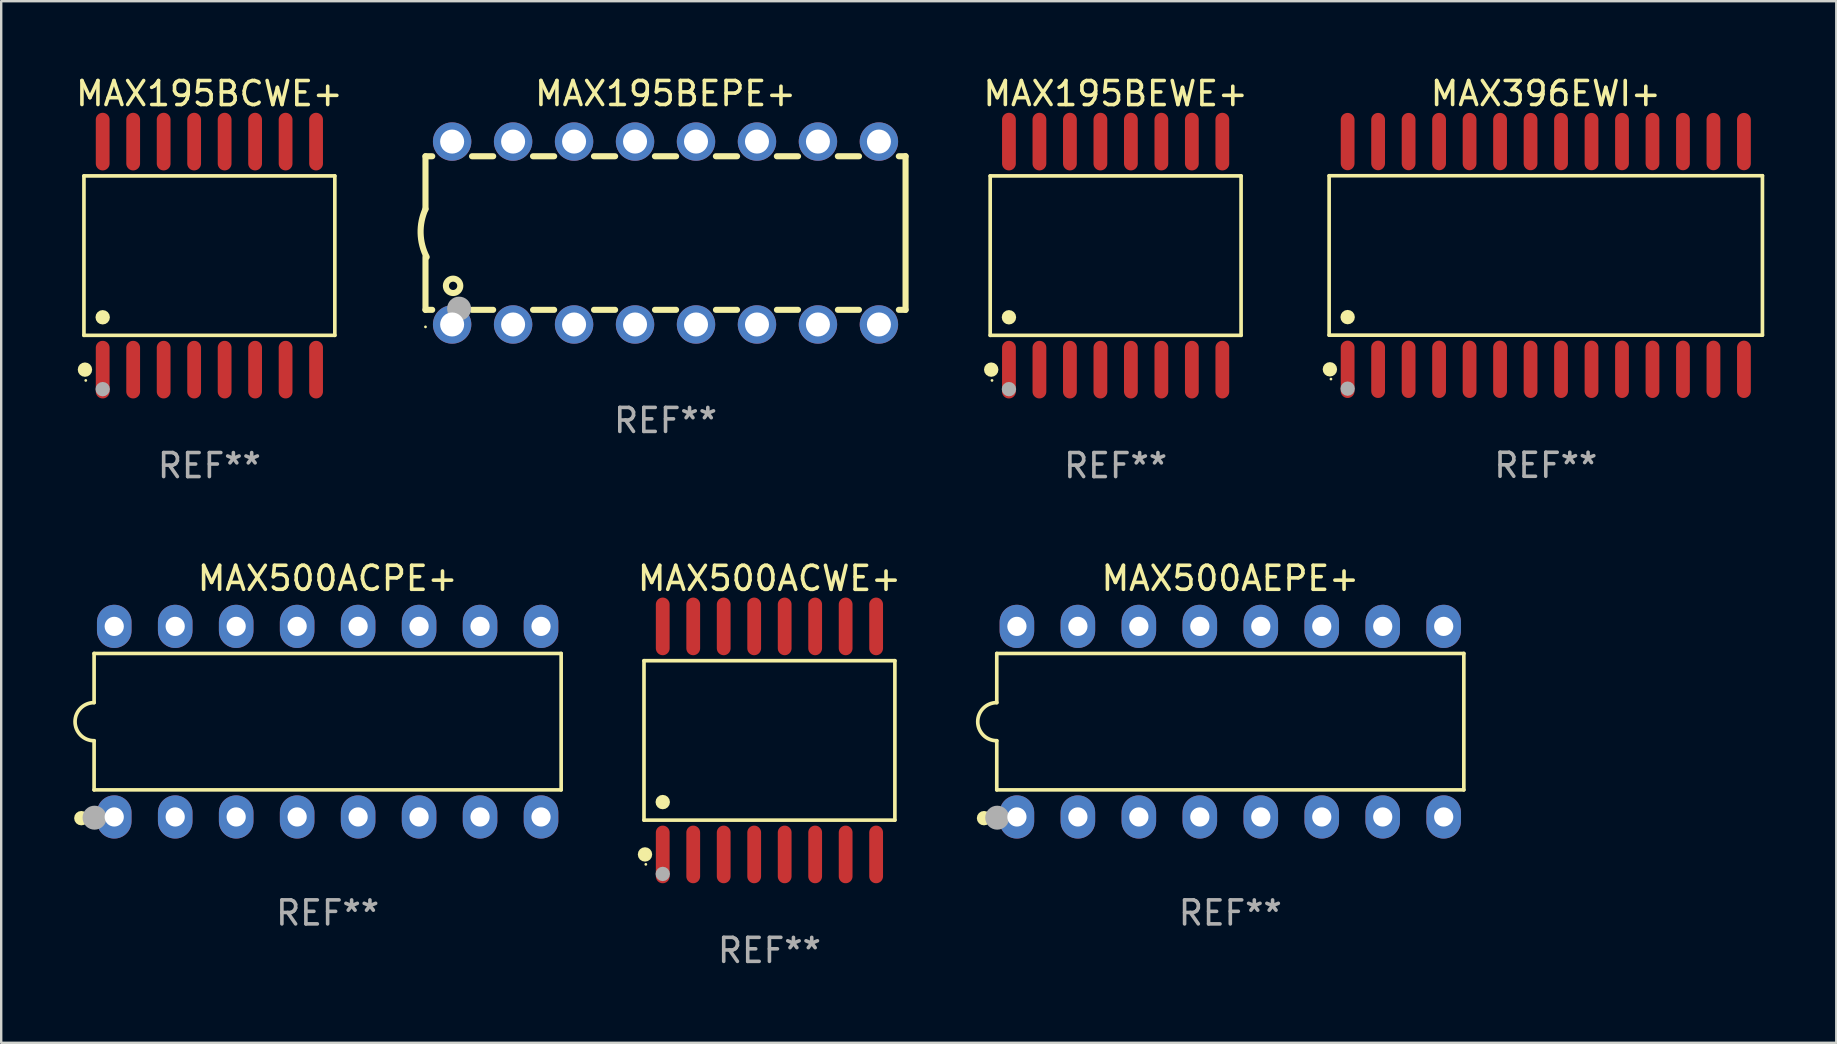
<source format=kicad_pcb>
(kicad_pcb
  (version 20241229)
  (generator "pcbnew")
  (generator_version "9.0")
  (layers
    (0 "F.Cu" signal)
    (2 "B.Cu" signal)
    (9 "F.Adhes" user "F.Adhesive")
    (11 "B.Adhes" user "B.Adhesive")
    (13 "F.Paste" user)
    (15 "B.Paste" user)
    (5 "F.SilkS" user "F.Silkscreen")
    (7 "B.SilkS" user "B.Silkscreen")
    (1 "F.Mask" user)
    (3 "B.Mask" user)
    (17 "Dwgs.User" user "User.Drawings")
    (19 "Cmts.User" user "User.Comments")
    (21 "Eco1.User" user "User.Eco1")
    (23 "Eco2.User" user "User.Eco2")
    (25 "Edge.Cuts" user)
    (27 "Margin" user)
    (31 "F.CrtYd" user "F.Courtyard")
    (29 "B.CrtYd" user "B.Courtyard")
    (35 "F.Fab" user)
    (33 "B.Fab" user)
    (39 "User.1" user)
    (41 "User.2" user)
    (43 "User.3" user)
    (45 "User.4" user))
  (footprint "MAX195BEWE+"
    (layer "F.Cu")
    (at 43.428 7.599)
    (property "Reference" "MAX195BEWE+" (at 0 -6.75 0) (layer "F.SilkS") (effects (font (size 1 1) (thickness 0.15))))
    (attr through_hole)
    (fp_line (start -5.226 -3.321) (end 5.226 -3.321) (stroke (width 0.152) (type solid)) (layer "F.SilkS"))
    (fp_line (start -5.226 3.321) (end -5.226 -3.321) (stroke (width 0.152) (type solid)) (layer "F.SilkS"))
    (fp_line (start 5.226 -3.321) (end 5.226 3.321) (stroke (width 0.152) (type solid)) (layer "F.SilkS"))
    (fp_line (start 5.226 3.321) (end -5.226 3.321) (stroke (width 0.152) (type solid)) (layer "F.SilkS"))
    (fp_circle (center -5.184 4.75) (end -5.034 4.75) (stroke (width 0.3) (type solid)) (fill no) (layer "F.SilkS"))
    (fp_circle (center -5.15 5.2) (end -5.12 5.2) (stroke (width 0.06) (type solid)) (fill no) (layer "F.SilkS"))
    (fp_circle (center -4.445 2.569) (end -4.295 2.569) (stroke (width 0.3) (type solid)) (fill no) (layer "F.SilkS"))
    (fp_circle (center -4.445 5.563) (end -4.295 5.563) (stroke (width 0.3) (type solid)) (fill no) (layer "F.Fab"))
    (fp_text user "REF**" (at 0 8.75 0) (layer "F.Fab") (effects (font (size 1 1) (thickness 0.15))))
    (pad "1" smd oval (at -4.445 4.75) (size 0.574 2.401) (layers "F.Cu" "F.Mask" "F.Paste"))
    (pad "2" smd oval (at -3.175 4.75) (size 0.574 2.401) (layers "F.Cu" "F.Mask" "F.Paste"))
    (pad "3" smd oval (at -1.905 4.75) (size 0.574 2.401) (layers "F.Cu" "F.Mask" "F.Paste"))
    (pad "4" smd oval (at -0.635 4.75) (size 0.574 2.401) (layers "F.Cu" "F.Mask" "F.Paste"))
    (pad "5" smd oval (at 0.635 4.75) (size 0.574 2.401) (layers "F.Cu" "F.Mask" "F.Paste"))
    (pad "6" smd oval (at 1.905 4.75) (size 0.574 2.401) (layers "F.Cu" "F.Mask" "F.Paste"))
    (pad "7" smd oval (at 3.175 4.75) (size 0.574 2.401) (layers "F.Cu" "F.Mask" "F.Paste"))
    (pad "8" smd oval (at 4.445 4.75) (size 0.574 2.401) (layers "F.Cu" "F.Mask" "F.Paste"))
    (pad "9" smd oval (at 4.445 -4.75) (size 0.574 2.401) (layers "F.Cu" "F.Mask" "F.Paste"))
    (pad "10" smd oval (at 3.175 -4.75) (size 0.574 2.401) (layers "F.Cu" "F.Mask" "F.Paste"))
    (pad "11" smd oval (at 1.905 -4.75) (size 0.574 2.401) (layers "F.Cu" "F.Mask" "F.Paste"))
    (pad "12" smd oval (at 0.635 -4.75) (size 0.574 2.401) (layers "F.Cu" "F.Mask" "F.Paste"))
    (pad "13" smd oval (at -0.635 -4.75) (size 0.574 2.401) (layers "F.Cu" "F.Mask" "F.Paste"))
    (pad "14" smd oval (at -1.905 -4.75) (size 0.574 2.401) (layers "F.Cu" "F.Mask" "F.Paste"))
    (pad "15" smd oval (at -3.175 -4.75) (size 0.574 2.401) (layers "F.Cu" "F.Mask" "F.Paste"))
    (pad "16" smd oval (at -4.445 -4.75) (size 0.574 2.401) (layers "F.Cu" "F.Mask" "F.Paste")))
  (footprint "MAX500ACPE+"
    (layer "F.Cu")
    (at 10.599 27.015)
    (property "Reference" "MAX500ACPE+" (at 0 -5.97 0) (layer "F.SilkS") (effects (font (size 1 1) (thickness 0.15))))
    (attr through_hole)
    (fp_line (start -9.729 -2.841) (end -9.729 -0.794) (stroke (width 0.152) (type solid)) (layer "F.SilkS"))
    (fp_line (start -9.729 0.794) (end -9.729 2.841) (stroke (width 0.152) (type solid)) (layer "F.SilkS"))
    (fp_line (start -9.729 2.841) (end 9.729 2.841) (stroke (width 0.152) (type solid)) (layer "F.SilkS"))
    (fp_line (start 9.729 -2.841) (end -9.729 -2.841) (stroke (width 0.152) (type solid)) (layer "F.SilkS"))
    (fp_line (start 9.729 2.841) (end 9.729 -2.841) (stroke (width 0.152) (type solid)) (layer "F.SilkS"))
    (fp_arc (start -9.7287 0.793749) (mid -10.522449 0) (end -9.7287 -0.793749) (stroke (width 0.1524) (type solid)) (layer "F.SilkS"))
    (fp_circle (center -10.26 4.02) (end -10.11 4.02) (stroke (width 0.3) (type solid)) (fill no) (layer "F.SilkS"))
    (fp_circle (center -9.653 4.23) (end -9.623 4.23) (stroke (width 0.06) (type solid)) (fill no) (layer "F.SilkS"))
    (fp_circle (center -9.71 4) (end -9.46 4) (stroke (width 0.5) (type solid)) (fill no) (layer "F.Fab"))
    (fp_text user "REF**" (at 0 7.97 0) (layer "F.Fab") (effects (font (size 1 1) (thickness 0.15))))
    (pad "1" thru_hole oval (at -8.89 3.97) (size 1.44 1.8) (drill 0.8) (layers "*.Cu" "*.Mask"))
    (pad "2" thru_hole oval (at -6.35 3.97) (size 1.44 1.8) (drill 0.8) (layers "*.Cu" "*.Mask"))
    (pad "3" thru_hole oval (at -3.81 3.97) (size 1.44 1.8) (drill 0.8) (layers "*.Cu" "*.Mask"))
    (pad "4" thru_hole oval (at -1.27 3.97) (size 1.44 1.8) (drill 0.8) (layers "*.Cu" "*.Mask"))
    (pad "5" thru_hole oval (at 1.27 3.97) (size 1.44 1.8) (drill 0.8) (layers "*.Cu" "*.Mask"))
    (pad "6" thru_hole oval (at 3.81 3.97) (size 1.44 1.8) (drill 0.8) (layers "*.Cu" "*.Mask"))
    (pad "7" thru_hole oval (at 6.35 3.97) (size 1.44 1.8) (drill 0.8) (layers "*.Cu" "*.Mask"))
    (pad "8" thru_hole oval (at 8.89 3.97) (size 1.44 1.8) (drill 0.8) (layers "*.Cu" "*.Mask"))
    (pad "9" thru_hole oval (at 8.89 -3.97) (size 1.44 1.8) (drill 0.8) (layers "*.Cu" "*.Mask"))
    (pad "10" thru_hole oval (at 6.35 -3.97) (size 1.44 1.8) (drill 0.8) (layers "*.Cu" "*.Mask"))
    (pad "11" thru_hole oval (at 3.81 -3.97) (size 1.44 1.8) (drill 0.8) (layers "*.Cu" "*.Mask"))
    (pad "12" thru_hole oval (at 1.27 -3.97) (size 1.44 1.8) (drill 0.8) (layers "*.Cu" "*.Mask"))
    (pad "13" thru_hole oval (at -1.27 -3.97) (size 1.44 1.8) (drill 0.8) (layers "*.Cu" "*.Mask"))
    (pad "14" thru_hole oval (at -3.81 -3.97) (size 1.44 1.8) (drill 0.8) (layers "*.Cu" "*.Mask"))
    (pad "15" thru_hole oval (at -6.35 -3.97) (size 1.44 1.8) (drill 0.8) (layers "*.Cu" "*.Mask"))
    (pad "16" thru_hole oval (at -8.89 -3.97) (size 1.44 1.8) (drill 0.8) (layers "*.Cu" "*.Mask")))
  (footprint "MAX195BCWE+"
    (layer "F.Cu")
    (at 5.673 7.599)
    (property "Reference" "MAX195BCWE+" (at 0 -6.75 0) (layer "F.SilkS") (effects (font (size 1 1) (thickness 0.15))))
    (attr through_hole)
    (fp_line (start -5.226 -3.321) (end 5.226 -3.321) (stroke (width 0.152) (type solid)) (layer "F.SilkS"))
    (fp_line (start -5.226 3.321) (end -5.226 -3.321) (stroke (width 0.152) (type solid)) (layer "F.SilkS"))
    (fp_line (start 5.226 -3.321) (end 5.226 3.321) (stroke (width 0.152) (type solid)) (layer "F.SilkS"))
    (fp_line (start 5.226 3.321) (end -5.226 3.321) (stroke (width 0.152) (type solid)) (layer "F.SilkS"))
    (fp_circle (center -5.184 4.75) (end -5.034 4.75) (stroke (width 0.3) (type solid)) (fill no) (layer "F.SilkS"))
    (fp_circle (center -5.15 5.2) (end -5.12 5.2) (stroke (width 0.06) (type solid)) (fill no) (layer "F.SilkS"))
    (fp_circle (center -4.445 2.569) (end -4.295 2.569) (stroke (width 0.3) (type solid)) (fill no) (layer "F.SilkS"))
    (fp_circle (center -4.445 5.563) (end -4.295 5.563) (stroke (width 0.3) (type solid)) (fill no) (layer "F.Fab"))
    (fp_text user "REF**" (at 0 8.75 0) (layer "F.Fab") (effects (font (size 1 1) (thickness 0.15))))
    (pad "1" smd oval (at -4.445 4.75) (size 0.574 2.401) (layers "F.Cu" "F.Mask" "F.Paste"))
    (pad "2" smd oval (at -3.175 4.75) (size 0.574 2.401) (layers "F.Cu" "F.Mask" "F.Paste"))
    (pad "3" smd oval (at -1.905 4.75) (size 0.574 2.401) (layers "F.Cu" "F.Mask" "F.Paste"))
    (pad "4" smd oval (at -0.635 4.75) (size 0.574 2.401) (layers "F.Cu" "F.Mask" "F.Paste"))
    (pad "5" smd oval (at 0.635 4.75) (size 0.574 2.401) (layers "F.Cu" "F.Mask" "F.Paste"))
    (pad "6" smd oval (at 1.905 4.75) (size 0.574 2.401) (layers "F.Cu" "F.Mask" "F.Paste"))
    (pad "7" smd oval (at 3.175 4.75) (size 0.574 2.401) (layers "F.Cu" "F.Mask" "F.Paste"))
    (pad "8" smd oval (at 4.445 4.75) (size 0.574 2.401) (layers "F.Cu" "F.Mask" "F.Paste"))
    (pad "9" smd oval (at 4.445 -4.75) (size 0.574 2.401) (layers "F.Cu" "F.Mask" "F.Paste"))
    (pad "10" smd oval (at 3.175 -4.75) (size 0.574 2.401) (layers "F.Cu" "F.Mask" "F.Paste"))
    (pad "11" smd oval (at 1.905 -4.75) (size 0.574 2.401) (layers "F.Cu" "F.Mask" "F.Paste"))
    (pad "12" smd oval (at 0.635 -4.75) (size 0.574 2.401) (layers "F.Cu" "F.Mask" "F.Paste"))
    (pad "13" smd oval (at -0.635 -4.75) (size 0.574 2.401) (layers "F.Cu" "F.Mask" "F.Paste"))
    (pad "14" smd oval (at -1.905 -4.75) (size 0.574 2.401) (layers "F.Cu" "F.Mask" "F.Paste"))
    (pad "15" smd oval (at -3.175 -4.75) (size 0.574 2.401) (layers "F.Cu" "F.Mask" "F.Paste"))
    (pad "16" smd oval (at -4.445 -4.75) (size 0.574 2.401) (layers "F.Cu" "F.Mask" "F.Paste")))
  (footprint "MAX396EWI+"
    (layer "F.Cu")
    (at 61.348 7.592)
    (property "Reference" "MAX396EWI+" (at 0 -6.744 0) (layer "F.SilkS") (effects (font (size 1 1) (thickness 0.15))))
    (attr through_hole)
    (fp_line (start -9.026 -3.321) (end 9.026 -3.321) (stroke (width 0.152) (type solid)) (layer "F.SilkS"))
    (fp_line (start -9.026 3.321) (end -9.026 -3.321) (stroke (width 0.152) (type solid)) (layer "F.SilkS"))
    (fp_line (start 9.026 -3.321) (end 9.026 3.321) (stroke (width 0.152) (type solid)) (layer "F.SilkS"))
    (fp_line (start 9.026 3.321) (end -9.026 3.321) (stroke (width 0.152) (type solid)) (layer "F.SilkS"))
    (fp_circle (center -8.994 4.744) (end -8.844 4.744) (stroke (width 0.3) (type solid)) (fill no) (layer "F.SilkS"))
    (fp_circle (center -8.95 5.15) (end -8.92 5.15) (stroke (width 0.06) (type solid)) (fill no) (layer "F.SilkS"))
    (fp_circle (center -8.255 2.569) (end -8.105 2.569) (stroke (width 0.3) (type solid)) (fill no) (layer "F.SilkS"))
    (fp_circle (center -8.255 5.55) (end -8.105 5.55) (stroke (width 0.3) (type solid)) (fill no) (layer "F.Fab"))
    (fp_text user "REF**" (at 0 8.744 0) (layer "F.Fab") (effects (font (size 1 1) (thickness 0.15))))
    (pad "1" smd oval (at -8.255 4.744) (size 0.574 2.388) (layers "F.Cu" "F.Mask" "F.Paste"))
    (pad "2" smd oval (at -6.985 4.744) (size 0.574 2.388) (layers "F.Cu" "F.Mask" "F.Paste"))
    (pad "3" smd oval (at -5.715 4.744) (size 0.574 2.388) (layers "F.Cu" "F.Mask" "F.Paste"))
    (pad "4" smd oval (at -4.445 4.744) (size 0.574 2.388) (layers "F.Cu" "F.Mask" "F.Paste"))
    (pad "5" smd oval (at -3.175 4.744) (size 0.574 2.388) (layers "F.Cu" "F.Mask" "F.Paste"))
    (pad "6" smd oval (at -1.905 4.744) (size 0.574 2.388) (layers "F.Cu" "F.Mask" "F.Paste"))
    (pad "7" smd oval (at -0.635 4.744) (size 0.574 2.388) (layers "F.Cu" "F.Mask" "F.Paste"))
    (pad "8" smd oval (at 0.635 4.744) (size 0.574 2.388) (layers "F.Cu" "F.Mask" "F.Paste"))
    (pad "9" smd oval (at 1.905 4.744) (size 0.574 2.388) (layers "F.Cu" "F.Mask" "F.Paste"))
    (pad "10" smd oval (at 3.175 4.744) (size 0.574 2.388) (layers "F.Cu" "F.Mask" "F.Paste"))
    (pad "11" smd oval (at 4.445 4.744) (size 0.574 2.388) (layers "F.Cu" "F.Mask" "F.Paste"))
    (pad "12" smd oval (at 5.715 4.744) (size 0.574 2.388) (layers "F.Cu" "F.Mask" "F.Paste"))
    (pad "13" smd oval (at 6.985 4.744) (size 0.574 2.388) (layers "F.Cu" "F.Mask" "F.Paste"))
    (pad "14" smd oval (at 8.255 4.744) (size 0.574 2.388) (layers "F.Cu" "F.Mask" "F.Paste"))
    (pad "15" smd oval (at 8.255 -4.744) (size 0.574 2.388) (layers "F.Cu" "F.Mask" "F.Paste"))
    (pad "16" smd oval (at 6.985 -4.744) (size 0.574 2.388) (layers "F.Cu" "F.Mask" "F.Paste"))
    (pad "17" smd oval (at 5.715 -4.744) (size 0.574 2.388) (layers "F.Cu" "F.Mask" "F.Paste"))
    (pad "18" smd oval (at 4.445 -4.744) (size 0.574 2.388) (layers "F.Cu" "F.Mask" "F.Paste"))
    (pad "19" smd oval (at 3.175 -4.744) (size 0.574 2.388) (layers "F.Cu" "F.Mask" "F.Paste"))
    (pad "20" smd oval (at 1.905 -4.744) (size 0.574 2.388) (layers "F.Cu" "F.Mask" "F.Paste"))
    (pad "21" smd oval (at 0.635 -4.744) (size 0.574 2.388) (layers "F.Cu" "F.Mask" "F.Paste"))
    (pad "22" smd oval (at -0.635 -4.744) (size 0.574 2.388) (layers "F.Cu" "F.Mask" "F.Paste"))
    (pad "23" smd oval (at -1.905 -4.744) (size 0.574 2.388) (layers "F.Cu" "F.Mask" "F.Paste"))
    (pad "24" smd oval (at -3.175 -4.744) (size 0.574 2.388) (layers "F.Cu" "F.Mask" "F.Paste"))
    (pad "25" smd oval (at -4.445 -4.744) (size 0.574 2.388) (layers "F.Cu" "F.Mask" "F.Paste"))
    (pad "26" smd oval (at -5.715 -4.744) (size 0.574 2.388) (layers "F.Cu" "F.Mask" "F.Paste"))
    (pad "27" smd oval (at -6.985 -4.744) (size 0.574 2.388) (layers "F.Cu" "F.Mask" "F.Paste"))
    (pad "28" smd oval (at -8.255 -4.744) (size 0.574 2.388) (layers "F.Cu" "F.Mask" "F.Paste")))
  (footprint "MAX195BEPE+"
    (layer "F.Cu")
    (at 24.676 6.658)
    (property "Reference" "MAX195BEPE+" (at 0 -5.81 0) (layer "F.SilkS") (effects (font (size 1 1) (thickness 0.15))))
    (attr through_hole)
    (fp_line (start -10 -3.198) (end -9.719 -3.198) (stroke (width 0.254) (type solid)) (layer "F.SilkS"))
    (fp_line (start -10 -0.998) (end -10 -3.198) (stroke (width 0.254) (type solid)) (layer "F.SilkS"))
    (fp_line (start -10 3.2) (end -10 1) (stroke (width 0.254) (type solid)) (layer "F.SilkS"))
    (fp_line (start -10 3.2) (end -9.721 3.2) (stroke (width 0.254) (type solid)) (layer "F.SilkS"))
    (fp_line (start -8.061 -3.198) (end -7.179 -3.198) (stroke (width 0.254) (type solid)) (layer "F.SilkS"))
    (fp_line (start -8.059 3.2) (end -7.181 3.2) (stroke (width 0.254) (type solid)) (layer "F.SilkS"))
    (fp_line (start -5.521 -3.198) (end -4.639 -3.198) (stroke (width 0.254) (type solid)) (layer "F.SilkS"))
    (fp_line (start -5.519 3.2) (end -4.641 3.2) (stroke (width 0.254) (type solid)) (layer "F.SilkS"))
    (fp_line (start -2.981 -3.198) (end -2.099 -3.198) (stroke (width 0.254) (type solid)) (layer "F.SilkS"))
    (fp_line (start -2.979 3.2) (end -2.101 3.2) (stroke (width 0.254) (type solid)) (layer "F.SilkS"))
    (fp_line (start -0.441 -3.198) (end 0.441 -3.198) (stroke (width 0.254) (type solid)) (layer "F.SilkS"))
    (fp_line (start -0.439 3.2) (end 0.439 3.2) (stroke (width 0.254) (type solid)) (layer "F.SilkS"))
    (fp_line (start 2.099 -3.198) (end 2.981 -3.198) (stroke (width 0.254) (type solid)) (layer "F.SilkS"))
    (fp_line (start 2.101 3.2) (end 2.979 3.2) (stroke (width 0.254) (type solid)) (layer "F.SilkS"))
    (fp_line (start 4.639 -3.198) (end 5.521 -3.198) (stroke (width 0.254) (type solid)) (layer "F.SilkS"))
    (fp_line (start 4.641 3.2) (end 5.519 3.2) (stroke (width 0.254) (type solid)) (layer "F.SilkS"))
    (fp_line (start 7.179 -3.198) (end 8.061 -3.198) (stroke (width 0.254) (type solid)) (layer "F.SilkS"))
    (fp_line (start 7.181 3.2) (end 8.059 3.2) (stroke (width 0.254) (type solid)) (layer "F.SilkS"))
    (fp_line (start 9.719 -3.198) (end 10 -3.198) (stroke (width 0.254) (type solid)) (layer "F.SilkS"))
    (fp_line (start 9.721 3.2) (end 10 3.2) (stroke (width 0.254) (type solid)) (layer "F.SilkS"))
    (fp_line (start 10 3.2) (end 10 -3.2) (stroke (width 0.254) (type solid)) (layer "F.SilkS"))
    (fp_arc (start -9.949962 1) (mid -10.203153 0.005709) (end -10 -1) (stroke (width 0.254001) (type solid)) (layer "F.SilkS"))
    (fp_circle (center -10 3.91) (end -9.97 3.91) (stroke (width 0.06) (type solid)) (fill no) (layer "F.SilkS"))
    (fp_circle (center -8.85 2.2) (end -8.55 2.2) (stroke (width 0.254) (type solid)) (fill no) (layer "F.SilkS"))
    (fp_circle (center -8.6 3.15) (end -8.35 3.15) (stroke (width 0.5) (type solid)) (fill no) (layer "F.Fab"))
    (fp_text user "REF**" (at 0 7.81 0) (layer "F.Fab") (effects (font (size 1 1) (thickness 0.15))))
    (pad "1" thru_hole circle (at -8.89 3.81) (size 1.6 1.6) (drill 1) (layers "*.Cu" "*.Mask"))
    (pad "2" thru_hole circle (at -6.35 3.81) (size 1.6 1.6) (drill 1) (layers "*.Cu" "*.Mask"))
    (pad "3" thru_hole circle (at -3.81 3.81) (size 1.6 1.6) (drill 1) (layers "*.Cu" "*.Mask"))
    (pad "4" thru_hole circle (at -1.27 3.81) (size 1.6 1.6) (drill 1) (layers "*.Cu" "*.Mask"))
    (pad "5" thru_hole circle (at 1.27 3.81) (size 1.6 1.6) (drill 1) (layers "*.Cu" "*.Mask"))
    (pad "6" thru_hole circle (at 3.81 3.81) (size 1.6 1.6) (drill 1) (layers "*.Cu" "*.Mask"))
    (pad "7" thru_hole circle (at 6.35 3.81) (size 1.6 1.6) (drill 1) (layers "*.Cu" "*.Mask"))
    (pad "8" thru_hole circle (at 8.89 3.81) (size 1.6 1.6) (drill 1) (layers "*.Cu" "*.Mask"))
    (pad "9" thru_hole circle (at 8.89 -3.81) (size 1.6 1.6) (drill 1) (layers "*.Cu" "*.Mask"))
    (pad "10" thru_hole circle (at 6.35 -3.81) (size 1.6 1.6) (drill 1) (layers "*.Cu" "*.Mask"))
    (pad "11" thru_hole circle (at 3.81 -3.81) (size 1.6 1.6) (drill 1) (layers "*.Cu" "*.Mask"))
    (pad "12" thru_hole circle (at 1.27 -3.81) (size 1.6 1.6) (drill 1) (layers "*.Cu" "*.Mask"))
    (pad "13" thru_hole circle (at -1.27 -3.81) (size 1.6 1.6) (drill 1) (layers "*.Cu" "*.Mask"))
    (pad "14" thru_hole circle (at -3.81 -3.81) (size 1.6 1.6) (drill 1) (layers "*.Cu" "*.Mask"))
    (pad "15" thru_hole circle (at -6.35 -3.81) (size 1.6 1.6) (drill 1) (layers "*.Cu" "*.Mask"))
    (pad "16" thru_hole circle (at -8.89 -3.81) (size 1.6 1.6) (drill 1) (layers "*.Cu" "*.Mask")))
  (footprint "MAX500AEPE+"
    (layer "F.Cu")
    (at 48.205 27.015)
    (property "Reference" "MAX500AEPE+" (at 0 -5.97 0) (layer "F.SilkS") (effects (font (size 1 1) (thickness 0.15))))
    (attr through_hole)
    (fp_line (start -9.729 -2.841) (end -9.729 -0.794) (stroke (width 0.152) (type solid)) (layer "F.SilkS"))
    (fp_line (start -9.729 0.794) (end -9.729 2.841) (stroke (width 0.152) (type solid)) (layer "F.SilkS"))
    (fp_line (start -9.729 2.841) (end 9.729 2.841) (stroke (width 0.152) (type solid)) (layer "F.SilkS"))
    (fp_line (start 9.729 -2.841) (end -9.729 -2.841) (stroke (width 0.152) (type solid)) (layer "F.SilkS"))
    (fp_line (start 9.729 2.841) (end 9.729 -2.841) (stroke (width 0.152) (type solid)) (layer "F.SilkS"))
    (fp_arc (start -9.7287 0.793749) (mid -10.522449 0) (end -9.7287 -0.793749) (stroke (width 0.1524) (type solid)) (layer "F.SilkS"))
    (fp_circle (center -10.26 4.02) (end -10.11 4.02) (stroke (width 0.3) (type solid)) (fill no) (layer "F.SilkS"))
    (fp_circle (center -9.653 4.23) (end -9.623 4.23) (stroke (width 0.06) (type solid)) (fill no) (layer "F.SilkS"))
    (fp_circle (center -9.71 4) (end -9.46 4) (stroke (width 0.5) (type solid)) (fill no) (layer "F.Fab"))
    (fp_text user "REF**" (at 0 7.97 0) (layer "F.Fab") (effects (font (size 1 1) (thickness 0.15))))
    (pad "1" thru_hole oval (at -8.89 3.97) (size 1.44 1.8) (drill 0.8) (layers "*.Cu" "*.Mask"))
    (pad "2" thru_hole oval (at -6.35 3.97) (size 1.44 1.8) (drill 0.8) (layers "*.Cu" "*.Mask"))
    (pad "3" thru_hole oval (at -3.81 3.97) (size 1.44 1.8) (drill 0.8) (layers "*.Cu" "*.Mask"))
    (pad "4" thru_hole oval (at -1.27 3.97) (size 1.44 1.8) (drill 0.8) (layers "*.Cu" "*.Mask"))
    (pad "5" thru_hole oval (at 1.27 3.97) (size 1.44 1.8) (drill 0.8) (layers "*.Cu" "*.Mask"))
    (pad "6" thru_hole oval (at 3.81 3.97) (size 1.44 1.8) (drill 0.8) (layers "*.Cu" "*.Mask"))
    (pad "7" thru_hole oval (at 6.35 3.97) (size 1.44 1.8) (drill 0.8) (layers "*.Cu" "*.Mask"))
    (pad "8" thru_hole oval (at 8.89 3.97) (size 1.44 1.8) (drill 0.8) (layers "*.Cu" "*.Mask"))
    (pad "9" thru_hole oval (at 8.89 -3.97) (size 1.44 1.8) (drill 0.8) (layers "*.Cu" "*.Mask"))
    (pad "10" thru_hole oval (at 6.35 -3.97) (size 1.44 1.8) (drill 0.8) (layers "*.Cu" "*.Mask"))
    (pad "11" thru_hole oval (at 3.81 -3.97) (size 1.44 1.8) (drill 0.8) (layers "*.Cu" "*.Mask"))
    (pad "12" thru_hole oval (at 1.27 -3.97) (size 1.44 1.8) (drill 0.8) (layers "*.Cu" "*.Mask"))
    (pad "13" thru_hole oval (at -1.27 -3.97) (size 1.44 1.8) (drill 0.8) (layers "*.Cu" "*.Mask"))
    (pad "14" thru_hole oval (at -3.81 -3.97) (size 1.44 1.8) (drill 0.8) (layers "*.Cu" "*.Mask"))
    (pad "15" thru_hole oval (at -6.35 -3.97) (size 1.44 1.8) (drill 0.8) (layers "*.Cu" "*.Mask"))
    (pad "16" thru_hole oval (at -8.89 -3.97) (size 1.44 1.8) (drill 0.8) (layers "*.Cu" "*.Mask")))
  (footprint "MAX500ACWE+"
    (layer "F.Cu")
    (at 29.005 27.796)
    (property "Reference" "MAX500ACWE+" (at 0 -6.75 0) (layer "F.SilkS") (effects (font (size 1 1) (thickness 0.15))))
    (attr through_hole)
    (fp_line (start -5.226 -3.321) (end 5.226 -3.321) (stroke (width 0.152) (type solid)) (layer "F.SilkS"))
    (fp_line (start -5.226 3.321) (end -5.226 -3.321) (stroke (width 0.152) (type solid)) (layer "F.SilkS"))
    (fp_line (start 5.226 -3.321) (end 5.226 3.321) (stroke (width 0.152) (type solid)) (layer "F.SilkS"))
    (fp_line (start 5.226 3.321) (end -5.226 3.321) (stroke (width 0.152) (type solid)) (layer "F.SilkS"))
    (fp_circle (center -5.184 4.75) (end -5.034 4.75) (stroke (width 0.3) (type solid)) (fill no) (layer "F.SilkS"))
    (fp_circle (center -5.15 5.163) (end -5.12 5.163) (stroke (width 0.06) (type solid)) (fill no) (layer "F.SilkS"))
    (fp_circle (center -4.445 2.569) (end -4.295 2.569) (stroke (width 0.3) (type solid)) (fill no) (layer "F.SilkS"))
    (fp_circle (center -4.445 5.563) (end -4.295 5.563) (stroke (width 0.3) (type solid)) (fill no) (layer "F.Fab"))
    (fp_text user "REF**" (at 0 8.75 0) (layer "F.Fab") (effects (font (size 1 1) (thickness 0.15))))
    (pad "1" smd oval (at -4.445 4.75) (size 0.574 2.401) (layers "F.Cu" "F.Mask" "F.Paste"))
    (pad "2" smd oval (at -3.175 4.75) (size 0.574 2.401) (layers "F.Cu" "F.Mask" "F.Paste"))
    (pad "3" smd oval (at -1.905 4.75) (size 0.574 2.401) (layers "F.Cu" "F.Mask" "F.Paste"))
    (pad "4" smd oval (at -0.635 4.75) (size 0.574 2.401) (layers "F.Cu" "F.Mask" "F.Paste"))
    (pad "5" smd oval (at 0.635 4.75) (size 0.574 2.401) (layers "F.Cu" "F.Mask" "F.Paste"))
    (pad "6" smd oval (at 1.905 4.75) (size 0.574 2.401) (layers "F.Cu" "F.Mask" "F.Paste"))
    (pad "7" smd oval (at 3.175 4.75) (size 0.574 2.401) (layers "F.Cu" "F.Mask" "F.Paste"))
    (pad "8" smd oval (at 4.445 4.75) (size 0.574 2.401) (layers "F.Cu" "F.Mask" "F.Paste"))
    (pad "9" smd oval (at 4.445 -4.75) (size 0.574 2.401) (layers "F.Cu" "F.Mask" "F.Paste"))
    (pad "10" smd oval (at 3.175 -4.75) (size 0.574 2.401) (layers "F.Cu" "F.Mask" "F.Paste"))
    (pad "11" smd oval (at 1.905 -4.75) (size 0.574 2.401) (layers "F.Cu" "F.Mask" "F.Paste"))
    (pad "12" smd oval (at 0.635 -4.75) (size 0.574 2.401) (layers "F.Cu" "F.Mask" "F.Paste"))
    (pad "13" smd oval (at -0.635 -4.75) (size 0.574 2.401) (layers "F.Cu" "F.Mask" "F.Paste"))
    (pad "14" smd oval (at -1.905 -4.75) (size 0.574 2.401) (layers "F.Cu" "F.Mask" "F.Paste"))
    (pad "15" smd oval (at -3.175 -4.75) (size 0.574 2.401) (layers "F.Cu" "F.Mask" "F.Paste"))
    (pad "16" smd oval (at -4.445 -4.75) (size 0.574 2.401) (layers "F.Cu" "F.Mask" "F.Paste")))
  (gr_rect
    (start -3 -3)
    (end 73.45 40.394)
    (stroke (width 0.1) (type default))
    (fill no)
    (layer "Edge.Cuts")))
</source>
